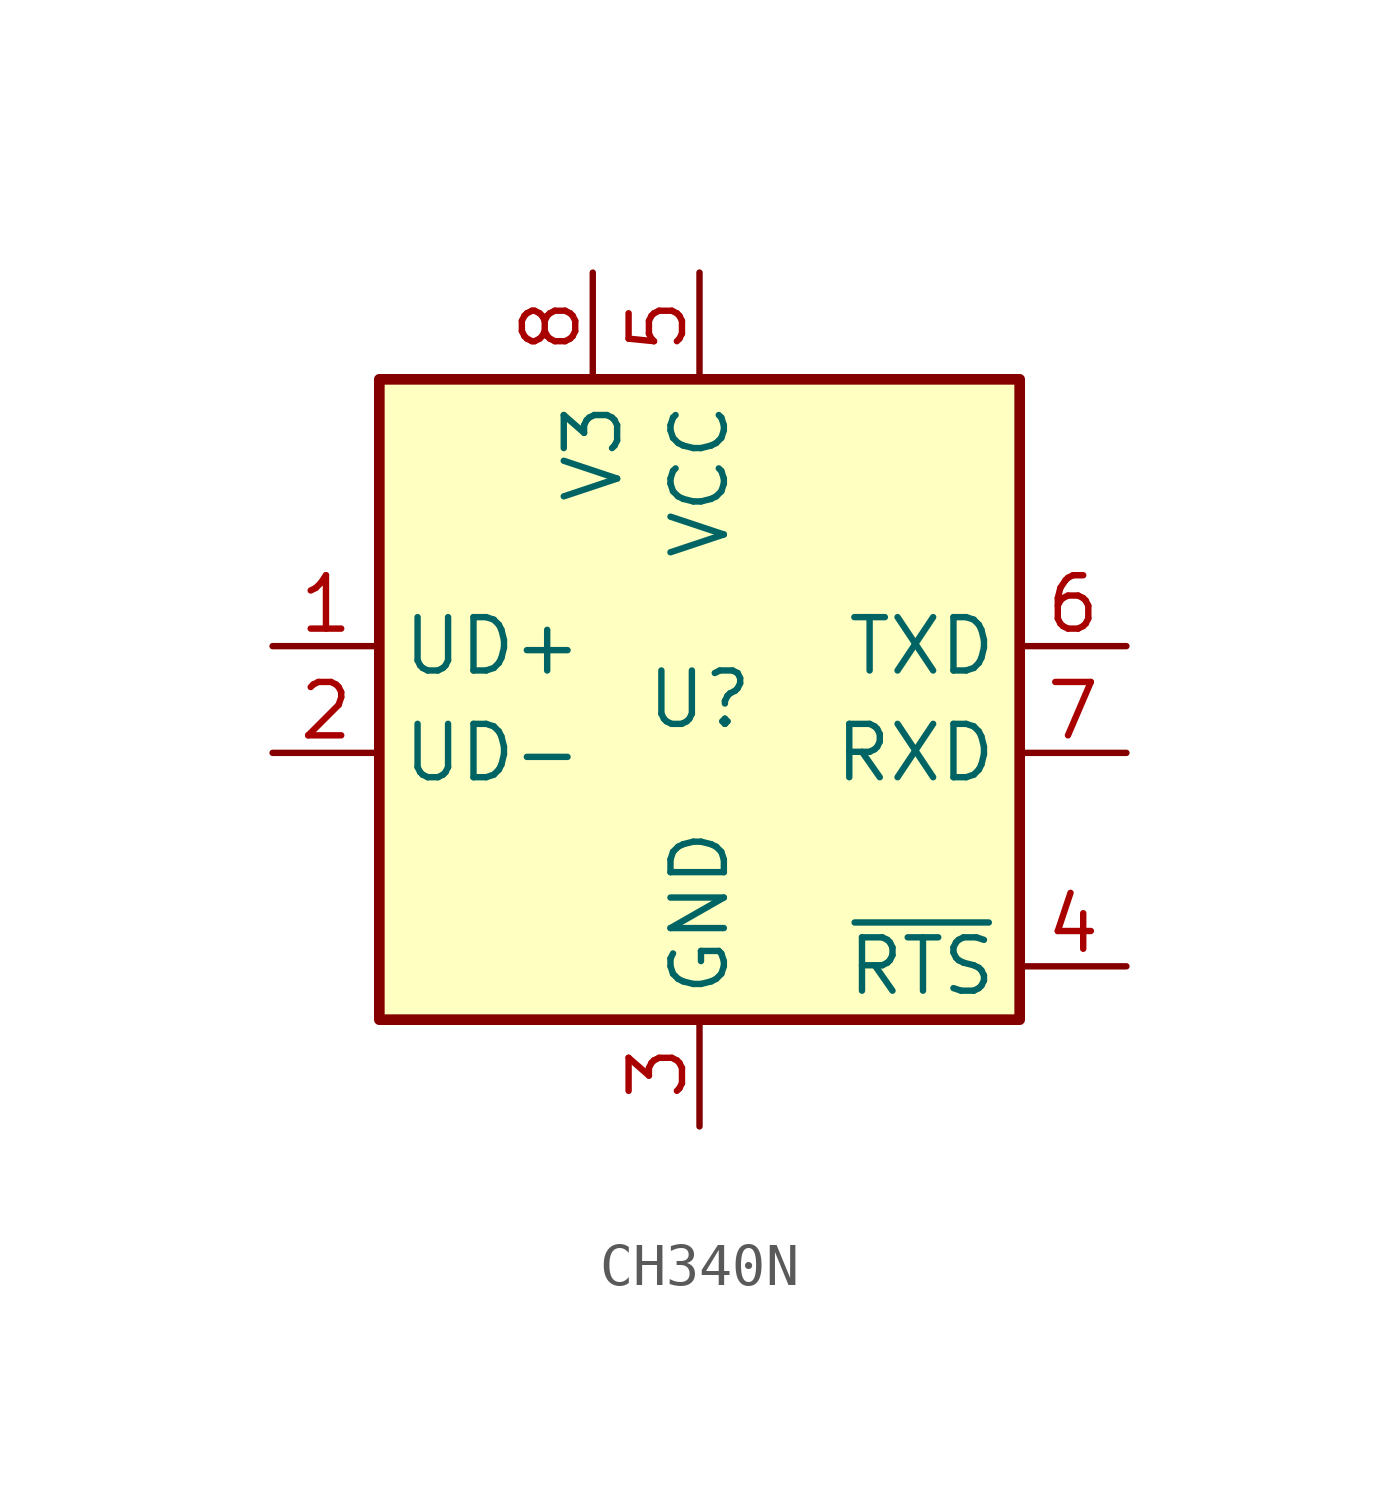
<source format=kicad_sym>
(kicad_symbol_lib
  (version 20220914)
  (generator kicad_symbol_editor)
  (symbol "CH340N"
    (property "Reference" "U"
      (at 0 0 0)
      (effects (font (size 1.27 1.27))))
    (property "Value" ""
      (at 0 0 0)
      (effects (font (size 1.27 1.27))))
    (symbol "CH340N_0_1"
      (rectangle (start -7.62 7.62) (end 7.62 -7.62) (stroke (width 0.254) (type default)) (fill (type background))))
    (symbol "CH340N_1_1"
      (pin bidirectional line (at -10.16 1.27 0) (length 2.54) (name "UD+" (effects (font (size 1.27 1.27)))) (number "1" (effects (font (size 1.27 1.27)))))
      (pin bidirectional line (at -10.16 -1.27 0) (length 2.54) (name "UD-" (effects (font (size 1.27 1.27)))) (number "2" (effects (font (size 1.27 1.27)))))
      (pin power_in line (at 0 -10.16 90) (length 2.54) (name "GND" (effects (font (size 1.27 1.27)))) (number "3" (effects (font (size 1.27 1.27)))))
      (pin output line (at 10.16 -6.35 180) (length 2.54) (name "~{RTS}" (effects (font (size 1.27 1.27)))) (number "4" (effects (font (size 1.27 1.27)))))
      (pin power_in line (at 0 10.16 270) (length 2.54) (name "VCC" (effects (font (size 1.27 1.27)))) (number "5" (effects (font (size 1.27 1.27)))))
      (pin output line (at 10.16 1.27 180) (length 2.54) (name "TXD" (effects (font (size 1.27 1.27)))) (number "6" (effects (font (size 1.27 1.27)))))
      (pin input line (at 10.16 -1.27 180) (length 2.54) (name "RXD" (effects (font (size 1.27 1.27)))) (number "7" (effects (font (size 1.27 1.27)))))
      (pin passive line (at -2.54 10.16 270) (length 2.54) (name "V3" (effects (font (size 1.27 1.27)))) (number "8" (effects (font (size 1.27 1.27))))))))
</source>
